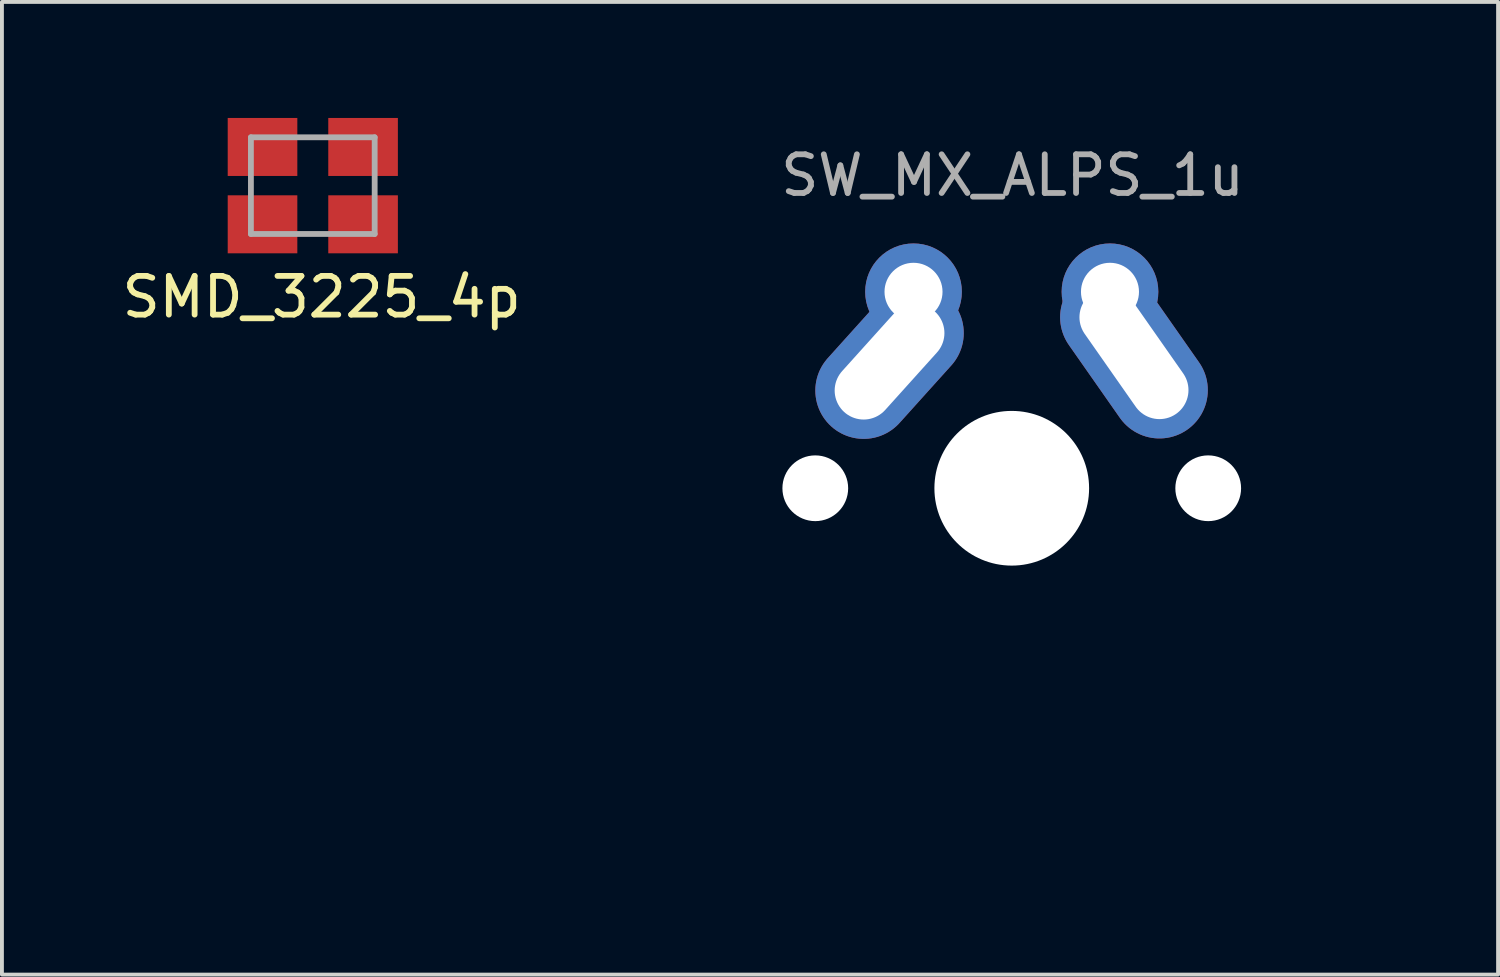
<source format=kicad_pcb>
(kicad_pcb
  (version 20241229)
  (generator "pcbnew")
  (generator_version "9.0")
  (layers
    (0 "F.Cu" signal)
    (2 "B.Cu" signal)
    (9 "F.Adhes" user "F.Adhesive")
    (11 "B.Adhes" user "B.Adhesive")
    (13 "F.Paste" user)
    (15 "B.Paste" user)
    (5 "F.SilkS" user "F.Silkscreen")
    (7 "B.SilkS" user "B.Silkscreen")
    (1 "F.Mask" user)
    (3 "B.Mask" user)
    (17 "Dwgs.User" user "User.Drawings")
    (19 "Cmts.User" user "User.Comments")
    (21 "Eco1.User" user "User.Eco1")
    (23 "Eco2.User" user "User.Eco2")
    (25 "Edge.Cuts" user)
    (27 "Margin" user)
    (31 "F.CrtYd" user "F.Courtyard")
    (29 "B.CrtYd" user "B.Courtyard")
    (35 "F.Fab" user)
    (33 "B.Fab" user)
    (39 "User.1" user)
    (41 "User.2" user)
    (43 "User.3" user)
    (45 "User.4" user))
  (footprint "SW_MX_ALPS_1u"
    (layer "F.Cu")
    (at 23.111 9.575)
    (property "Reference" "SW_MX_ALPS_1u" (at 0.02 -8.09 0) (layer "F.Fab") (effects (font (size 1 1) (thickness 0.15))))
    (attr through_hole)
    (fp_line (start -9.5 -9.5) (end -9.5 9.5) (stroke (width 0.15) (type solid)) (layer "Eco2.User"))
    (fp_line (start -9.5 -9.5) (end 9.5 -9.5) (stroke (width 0.15) (type solid)) (layer "Eco2.User"))
    (fp_line (start -9.5 9.5) (end 9.5 9.5) (stroke (width 0.15) (type solid)) (layer "Eco2.User"))
    (fp_line (start -7 -7) (end 7 -7) (stroke (width 0.15) (type solid)) (layer "Eco2.User"))
    (fp_line (start -7 7) (end -7 -7) (stroke (width 0.15) (type solid)) (layer "Eco2.User"))
    (fp_line (start -7 7) (end 7 7) (stroke (width 0.15) (type solid)) (layer "Eco2.User"))
    (fp_line (start 7 -7) (end 7 7) (stroke (width 0.15) (type solid)) (layer "Eco2.User"))
    (fp_line (start 9.5 -9.5) (end 9.5 9.5) (stroke (width 0.15) (type solid)) (layer "Eco2.User"))
    (pad "" np_thru_hole circle (at -5.08 0) (size 1.7 1.7) (drill 1.7) (layers "*.Cu" "*.Mask"))
    (pad "" np_thru_hole circle (at 0 0) (size 4 4) (drill 4) (layers "*.Cu" "*.Mask"))
    (pad "" np_thru_hole circle (at 5.08 0) (size 1.7 1.7) (drill 1.7) (layers "*.Cu" "*.Mask"))
    (pad "1" thru_hole circle (at 2.54 -5.08) (size 2.5 2.5) (drill 1.5) (layers "*.Cu" "*.Mask"))
    (pad "1" thru_hole oval (at 3.16 -3.48 35) (size 2.5 4.8) (drill oval 1.5 3.8) (layers "*.Cu" "*.Mask"))
    (pad "2" thru_hole oval (at -3.16 -3.27 318) (size 2.5 4.5) (drill oval 1.5 3.5) (layers "*.Cu" "*.Mask"))
    (pad "2" thru_hole circle (at -2.54 -5.08) (size 2.5 2.5) (drill 1.5) (layers "*.Cu" "*.Mask")))
  (footprint "SMD_3225_4p"
    (layer "F.Cu")
    (at 5.038 1.75)
    (property "Reference" "SMD_3225_4p" (at 0.23 2.88 0) (layer "F.SilkS") (effects (font (size 1 1) (thickness 0.15))))
    (attr through_hole)
    (fp_line (start -1.6 -1.25) (end -1.6 1.25) (stroke (width 0.15) (type solid)) (layer "F.Fab"))
    (fp_line (start -1.6 -1.25) (end 1.6 -1.25) (stroke (width 0.15) (type solid)) (layer "F.Fab"))
    (fp_line (start 1.6 -1.25) (end 1.6 1.25) (stroke (width 0.15) (type solid)) (layer "F.Fab"))
    (fp_line (start 1.6 1.25) (end -1.6 1.25) (stroke (width 0.15) (type solid)) (layer "F.Fab"))
    (pad "1" smd rect (at -1.3 1) (size 1.8 1.5) (layers "F.Cu" "F.Mask" "F.Paste"))
    (pad "2" smd rect (at 1.3 1) (size 1.8 1.5) (layers "F.Cu" "F.Mask" "F.Paste"))
    (pad "3" smd rect (at 1.3 -1) (size 1.8 1.5) (layers "F.Cu" "F.Mask" "F.Paste"))
    (pad "4" smd rect (at -1.3 -1) (size 1.8 1.5) (layers "F.Cu" "F.Mask" "F.Paste")))
  (gr_rect
    (start -3 -3)
    (end 35.686 22.15)
    (stroke (width 0.1) (type default))
    (fill no)
    (layer "Edge.Cuts")))
</source>
